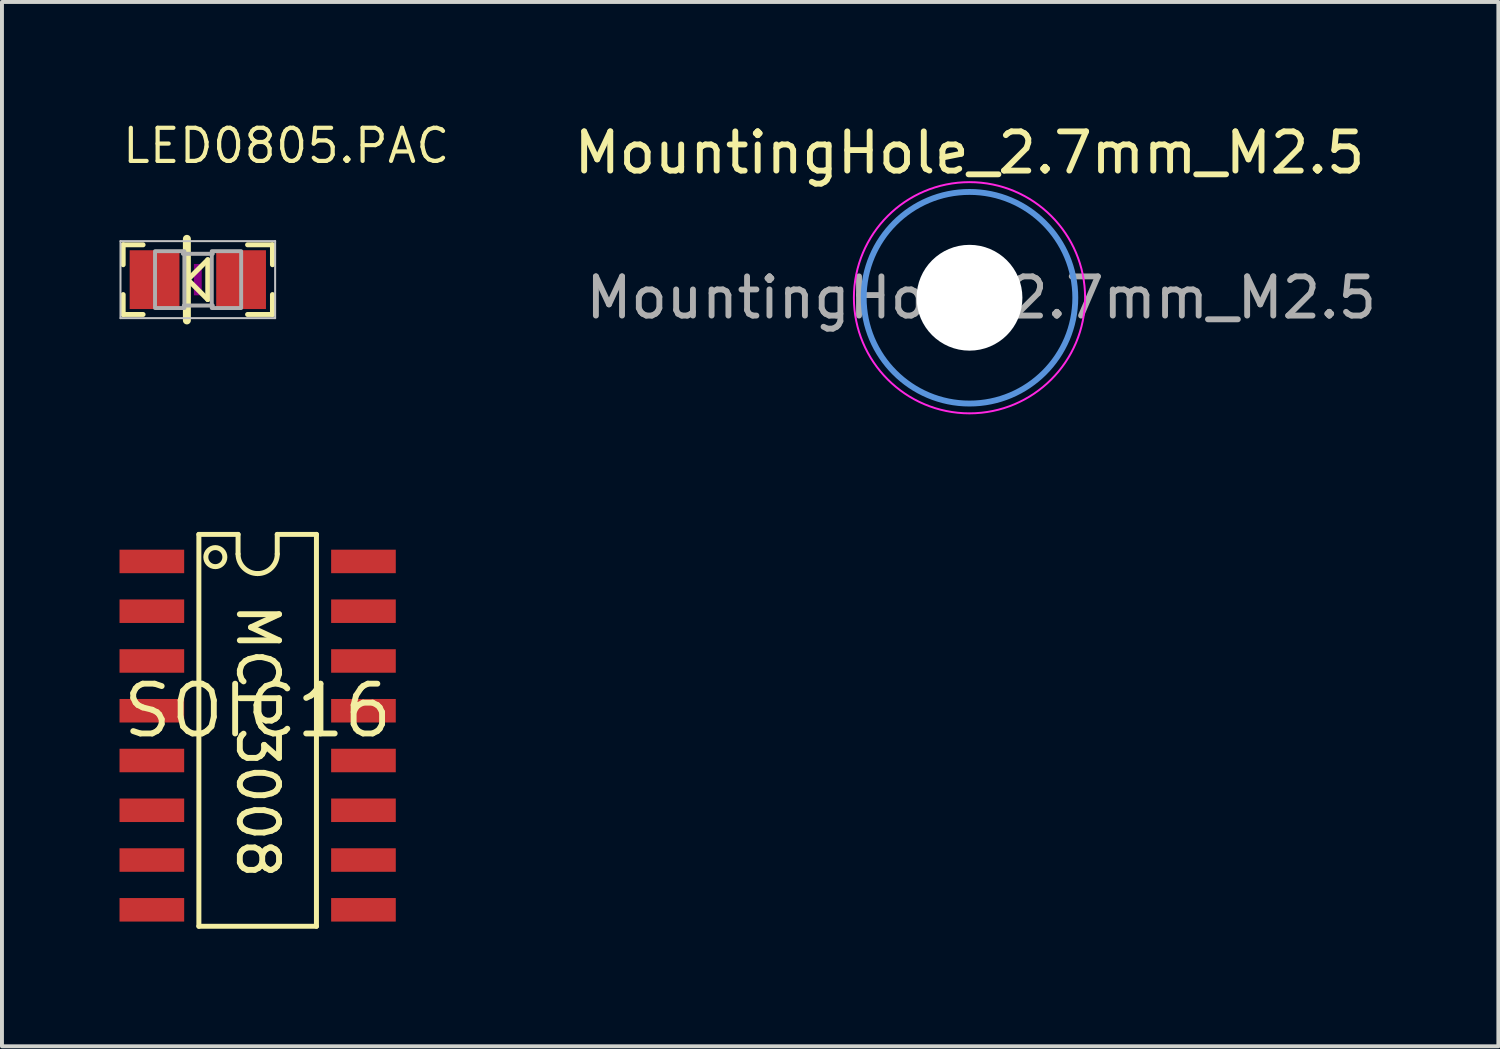
<source format=kicad_pcb>
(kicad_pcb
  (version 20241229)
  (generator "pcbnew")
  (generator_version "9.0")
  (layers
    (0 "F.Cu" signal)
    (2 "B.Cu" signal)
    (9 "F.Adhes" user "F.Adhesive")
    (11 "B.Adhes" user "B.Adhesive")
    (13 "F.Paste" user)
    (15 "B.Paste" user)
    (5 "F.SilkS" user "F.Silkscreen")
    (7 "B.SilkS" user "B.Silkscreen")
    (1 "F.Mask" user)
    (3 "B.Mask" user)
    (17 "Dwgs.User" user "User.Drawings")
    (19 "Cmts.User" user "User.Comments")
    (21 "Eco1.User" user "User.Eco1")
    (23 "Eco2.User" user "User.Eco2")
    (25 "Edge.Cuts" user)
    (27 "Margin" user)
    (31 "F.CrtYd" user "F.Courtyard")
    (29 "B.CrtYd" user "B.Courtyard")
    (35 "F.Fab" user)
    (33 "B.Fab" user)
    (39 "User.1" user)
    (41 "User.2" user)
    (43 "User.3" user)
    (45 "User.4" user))
  (footprint "MountingHole_2.7mm_M2.5"
    (layer "F.Cu")
    (at 21.69 4.548)
    (property "Reference" "MountingHole_2.7mm_M2.5" (at 0 -3.7 0) (layer "F.SilkS") (effects (font (size 1 1) (thickness 0.15))))
    (attr exclude_from_pos_files exclude_from_bom)
    (fp_circle (center 0 0) (end 2.7 0) (stroke (width 0.15) (type solid)) (fill no) (layer "Cmts.User"))
    (fp_circle (center 0 0) (end 2.95 0) (stroke (width 0.05) (type solid)) (fill no) (layer "F.CrtYd"))
    (fp_text user "${REFERENCE}" (at 0.3 0 0) (layer "F.Fab") (effects (font (size 1 1) (thickness 0.15))))
    (pad "" np_thru_hole circle (at 0 0) (size 2.7 2.7) (drill 2.7) (layers "*.Cu" "*.Mask")))
  (footprint "LED0805.PAC"
    (layer "F.Cu")
    (at 1.998 4.086)
    (property "Reference" "LED0805.PAC" (at -1.981 -2.921 0) (layer "F.SilkS") (effects (font (size 0.845 0.845) (thickness 0.107)) (justify left bottom)))
    (attr through_hole)
    (fp_line (start -1.905 -0.889) (end -1.905 -0.381) (stroke (width 0.127) (type solid)) (layer "F.SilkS"))
    (fp_line (start -1.905 -0.889) (end -1.397 -0.889) (stroke (width 0.127) (type solid)) (layer "F.SilkS"))
    (fp_line (start -1.905 0.381) (end -1.905 0.889) (stroke (width 0.127) (type solid)) (layer "F.SilkS"))
    (fp_line (start -1.905 0.889) (end -1.397 0.889) (stroke (width 0.127) (type solid)) (layer "F.SilkS"))
    (fp_line (start -0.279 1.041) (end -0.279 -1.041) (stroke (width 0.203) (type solid)) (layer "F.SilkS"))
    (fp_line (start -0.254 0) (end 0.254 -0.508) (stroke (width 0.127) (type solid)) (layer "F.SilkS"))
    (fp_line (start 0.254 -0.508) (end 0.254 0.508) (stroke (width 0.127) (type solid)) (layer "F.SilkS"))
    (fp_line (start 0.254 0.508) (end -0.254 0) (stroke (width 0.127) (type solid)) (layer "F.SilkS"))
    (fp_line (start 1.27 -0.889) (end 1.905 -0.889) (stroke (width 0.127) (type solid)) (layer "F.SilkS"))
    (fp_line (start 1.27 0.889) (end 1.905 0.889) (stroke (width 0.127) (type solid)) (layer "F.SilkS"))
    (fp_line (start 1.905 -0.889) (end 1.905 -0.381) (stroke (width 0.127) (type solid)) (layer "F.SilkS"))
    (fp_line (start 1.905 0.889) (end 1.905 0.381) (stroke (width 0.127) (type solid)) (layer "F.SilkS"))
    (fp_poly (pts (xy -0.1 0.4) (xy 0.1 0.4) (xy 0.1 -0.4) (xy -0.1 -0.4)) (stroke (width 0) (type solid)) (fill yes) (layer "F.Adhes"))
    (fp_line (start -1.973 -0.983) (end 1.973 -0.983) (stroke (width 0.051) (type solid)) (layer "Dwgs.User"))
    (fp_line (start -1.973 0.983) (end -1.973 -0.983) (stroke (width 0.051) (type solid)) (layer "Dwgs.User"))
    (fp_line (start 1.973 -0.983) (end 1.973 0.983) (stroke (width 0.051) (type solid)) (layer "Dwgs.User"))
    (fp_line (start 1.973 0.983) (end -1.973 0.983) (stroke (width 0.051) (type solid)) (layer "Dwgs.User"))
    (fp_line (start -0.381 -0.66) (end 0.381 -0.66) (stroke (width 0.102) (type solid)) (layer "F.Fab"))
    (fp_line (start -0.356 0.66) (end 0.381 0.66) (stroke (width 0.102) (type solid)) (layer "F.Fab"))
    (fp_poly (pts (xy -1.092 0.724) (xy -0.342 0.724) (xy -0.342 -0.726) (xy -1.092 -0.726)) (stroke (width 0.1) (type solid)) (fill no) (layer "F.Fab"))
    (fp_poly (pts (xy 0.356 0.724) (xy 1.106 0.724) (xy 1.106 -0.726) (xy 0.356 -0.726)) (stroke (width 0.1) (type solid)) (fill no) (layer "F.Fab"))
    (pad "A" smd rect (at 1.104 0) (size 1.27 1.5) (layers "F.Cu" "F.Mask" "F.Paste"))
    (pad "K" smd rect (at -1.104 0) (size 1.27 1.5) (layers "F.Cu" "F.Mask" "F.Paste")))
  (footprint "SOIC16"
    (layer "F.Cu")
    (at 3.525 15.087)
    (property "Reference" "SOIC16" (at 0 0 0) (layer "F.SilkS") (effects (font (size 1.27 1.27) (thickness 0.15))))
    (attr through_hole)
    (fp_line (start -1.5 -4.5) (end -0.5 -4.5) (stroke (width 0.127) (type solid)) (layer "F.SilkS"))
    (fp_line (start -1.5 5.5) (end -1.5 -4.5) (stroke (width 0.127) (type solid)) (layer "F.SilkS"))
    (fp_line (start -0.5 -4.5) (end -0.5 -4) (stroke (width 0.127) (type solid)) (layer "F.SilkS"))
    (fp_line (start 0.5 -4.5) (end 1.5 -4.5) (stroke (width 0.127) (type solid)) (layer "F.SilkS"))
    (fp_line (start 0.5 -4) (end 0.5 -4.5) (stroke (width 0.127) (type solid)) (layer "F.SilkS"))
    (fp_line (start 1.5 -4.5) (end 1.5 5.5) (stroke (width 0.127) (type solid)) (layer "F.SilkS"))
    (fp_line (start 1.5 5.5) (end -1.5 5.5) (stroke (width 0.127) (type solid)) (layer "F.SilkS"))
    (fp_arc (start 0 -3.5) (mid -0.353553 -3.646447) (end -0.5 -4) (stroke (width 0.127) (type solid)) (layer "F.SilkS"))
    (fp_arc (start 0.5 -4) (mid 0.353553 -3.646447) (end 0 -3.5) (stroke (width 0.127) (type solid)) (layer "F.SilkS"))
    (fp_circle (center -1.08 -3.92) (end -0.837 -3.92) (stroke (width 0.127) (type solid)) (fill no) (layer "F.SilkS"))
    (fp_text user "MCP3008" (at 0 0.775 270) (unlocked yes) (layer "F.SilkS") (effects (font (size 1 1) (thickness 0.15))))
    (pad "1" smd rect (at -2.7 -3.81) (size 1.65 0.6) (layers "F.Cu" "F.Mask" "F.Paste"))
    (pad "2" smd rect (at -2.7 -2.54) (size 1.65 0.6) (layers "F.Cu" "F.Mask" "F.Paste"))
    (pad "3" smd rect (at -2.7 -1.27) (size 1.65 0.6) (layers "F.Cu" "F.Mask" "F.Paste"))
    (pad "4" smd rect (at -2.7 0) (size 1.65 0.6) (layers "F.Cu" "F.Mask" "F.Paste"))
    (pad "5" smd rect (at -2.7 1.27) (size 1.65 0.6) (layers "F.Cu" "F.Mask" "F.Paste"))
    (pad "6" smd rect (at -2.7 2.54) (size 1.65 0.6) (layers "F.Cu" "F.Mask" "F.Paste"))
    (pad "7" smd rect (at -2.7 3.81) (size 1.65 0.6) (layers "F.Cu" "F.Mask" "F.Paste"))
    (pad "8" smd rect (at -2.7 5.08) (size 1.65 0.6) (layers "F.Cu" "F.Mask" "F.Paste"))
    (pad "9" smd rect (at 2.7 5.08) (size 1.65 0.6) (layers "F.Cu" "F.Mask" "F.Paste"))
    (pad "10" smd rect (at 2.7 3.81) (size 1.65 0.6) (layers "F.Cu" "F.Mask" "F.Paste"))
    (pad "11" smd rect (at 2.7 2.54) (size 1.65 0.6) (layers "F.Cu" "F.Mask" "F.Paste"))
    (pad "12" smd rect (at 2.7 1.27) (size 1.65 0.6) (layers "F.Cu" "F.Mask" "F.Paste"))
    (pad "13" smd rect (at 2.7 0) (size 1.65 0.6) (layers "F.Cu" "F.Mask" "F.Paste"))
    (pad "14" smd rect (at 2.7 -1.27) (size 1.65 0.6) (layers "F.Cu" "F.Mask" "F.Paste"))
    (pad "15" smd rect (at 2.7 -2.54) (size 1.65 0.6) (layers "F.Cu" "F.Mask" "F.Paste"))
    (pad "16" smd rect (at 2.7 -3.81) (size 1.65 0.6) (layers "F.Cu" "F.Mask" "F.Paste")))
  (gr_rect
    (start -3 -3)
    (end 35.186 23.65)
    (stroke (width 0.1) (type default))
    (fill no)
    (layer "Edge.Cuts")))
</source>
